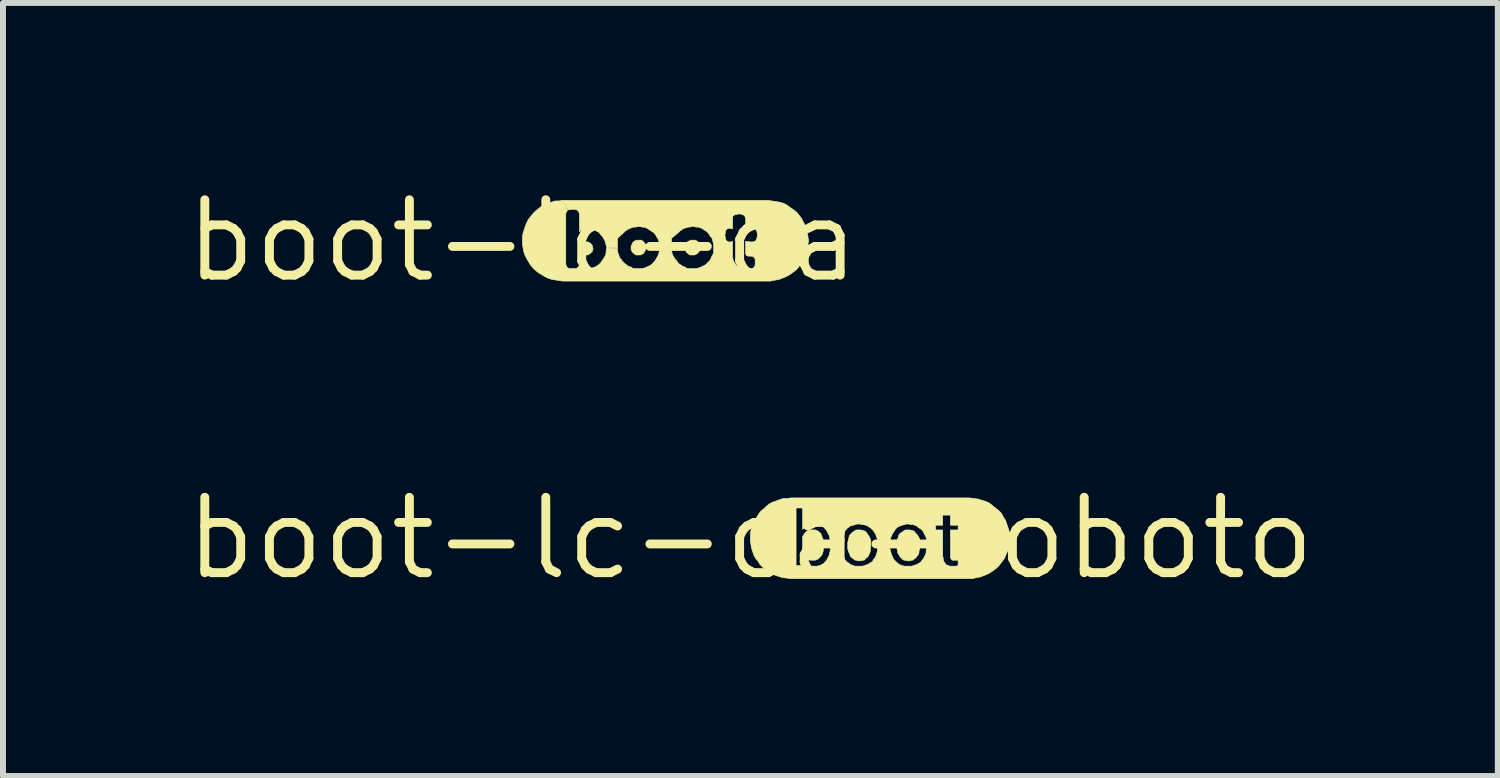
<source format=kicad_pcb>
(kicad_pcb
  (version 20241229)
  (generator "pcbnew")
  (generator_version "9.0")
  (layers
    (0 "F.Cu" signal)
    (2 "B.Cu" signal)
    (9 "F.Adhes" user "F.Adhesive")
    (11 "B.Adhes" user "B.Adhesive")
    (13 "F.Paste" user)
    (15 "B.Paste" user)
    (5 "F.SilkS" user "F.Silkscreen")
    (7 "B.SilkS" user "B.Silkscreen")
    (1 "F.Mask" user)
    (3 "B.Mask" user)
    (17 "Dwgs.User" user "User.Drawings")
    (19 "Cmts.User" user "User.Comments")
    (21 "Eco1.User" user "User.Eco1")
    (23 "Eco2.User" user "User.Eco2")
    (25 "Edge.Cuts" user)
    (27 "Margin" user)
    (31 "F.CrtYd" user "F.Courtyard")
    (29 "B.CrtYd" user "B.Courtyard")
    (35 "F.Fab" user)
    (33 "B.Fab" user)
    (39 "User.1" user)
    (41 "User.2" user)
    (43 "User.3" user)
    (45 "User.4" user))
  (footprint "boot-lc-ca"
    (layer "F.Cu")
    (at 5.753 1.006)
    (property "Reference" "boot-lc-ca" (at 0 0 0) (layer "F.SilkS") (effects (font (size 1.27 1.27) (thickness 0.15))))
    (attr board_only exclude_from_pos_files exclude_from_bom)
    (fp_poly (pts (xy 1.02 0.24) (xy 1.08 0.24) (xy 1.1 0.24) (xy 1.12 0.23) (xy 1.13 0.22) (xy 1.15 0.21) (xy 1.16 0.19) (xy 1.18 0.18) (xy 1.18 0.16) (xy 1.19 0.14) (xy 1.18 0.11) (xy 1.18 0.09) (xy 1.17 0.07) (xy 1.16 0.06) (xy 1.14 0.04) (xy 1.12 0.03) (xy 1.1 0.02) (xy 1.08 0.02) (xy 1.06 0.02) (xy 1.03 0.03) (xy 1.01 0.04) (xy 1 0.05) (xy 0.98 0.06) (xy 0.97 0.08) (xy 0.97 0.1) (xy 0.96 0.12) (xy 0.96 0.15) (xy 0.97 0.17) (xy 0.97 0.18) (xy 0.98 0.2) (xy 1.02 0.24)) (stroke (width 0.01) (type solid)) (fill yes) (layer "F.SilkS"))
    (fp_poly (pts (xy 1.91 0.24) (xy 1.97 0.24) (xy 1.99 0.24) (xy 2.01 0.23) (xy 2.03 0.22) (xy 2.05 0.2) (xy 2.06 0.18) (xy 2.07 0.16) (xy 2.08 0.14) (xy 2.08 0.11) (xy 2.08 0.08) (xy 2.07 0.06) (xy 2.06 0.04) (xy 2.04 0.02) (xy 2.02 0) (xy 2 -0.01) (xy 1.97 -0.01) (xy 1.95 -0.01) (xy 1.93 -0.01) (xy 1.9 0) (xy 1.88 0.01) (xy 1.86 0.03) (xy 1.85 0.05) (xy 1.84 0.07) (xy 1.83 0.09) (xy 1.83 0.12) (xy 1.83 0.15) (xy 1.84 0.17) (xy 1.85 0.19) (xy 1.86 0.2) (xy 1.91 0.24)) (stroke (width 0.01) (type solid)) (fill yes) (layer "F.SilkS"))
    (fp_poly (pts (xy 2.82 0.24) (xy 2.88 0.24) (xy 2.9 0.24) (xy 2.92 0.23) (xy 2.94 0.22) (xy 2.96 0.2) (xy 2.98 0.18) (xy 2.99 0.16) (xy 2.99 0.14) (xy 2.99 0.11) (xy 2.99 0.08) (xy 2.98 0.06) (xy 2.97 0.04) (xy 2.96 0.02) (xy 2.93 0) (xy 2.91 -0.01) (xy 2.89 -0.01) (xy 2.86 -0.01) (xy 2.84 -0.01) (xy 2.82 0) (xy 2.79 0.01) (xy 2.77 0.03) (xy 2.76 0.05) (xy 2.75 0.07) (xy 2.74 0.09) (xy 2.74 0.12) (xy 2.75 0.15) (xy 2.75 0.17) (xy 2.76 0.19) (xy 2.77 0.2) (xy 2.82 0.24)) (stroke (width 0.01) (type solid)) (fill yes) (layer "F.SilkS"))
    (fp_poly (pts (xy 0.68 -0.68) (xy 0.61 -0.67) (xy 0.55 -0.67) (xy 0.49 -0.65) (xy 0.43 -0.63) (xy 0.38 -0.61) (xy 0.32 -0.58) (xy 0.27 -0.54) (xy 0.22 -0.5) (xy 0.18 -0.46) (xy 0.14 -0.41) (xy 0.1 -0.36) (xy 0.07 -0.3) (xy 0.05 -0.25) (xy 0.03 -0.19) (xy 0.01 -0.13) (xy 0 -0.07) (xy 0 0) (xy 0 0.06) (xy 0.01 0.12) (xy 0.02 0.18) (xy 0.04 0.24) (xy 0.07 0.3) (xy 0.1 0.35) (xy 0.13 0.4) (xy 0.17 0.45) (xy 0.22 0.5) (xy 0.27 0.54) (xy 0.32 0.57) (xy 0.37 0.6) (xy 0.43 0.63) (xy 0.49 0.65) (xy 0.55 0.66) (xy 0.61 0.67) (xy 0.68 0.68) (xy 4.14 0.68) (xy 4.18 0.68) (xy 4.22 0.67) (xy 4.28 0.66) (xy 4.33 0.65) (xy 4.38 0.63) (xy 4.43 0.61) (xy 4.47 0.59) (xy 4.52 0.56) (xy 4.56 0.53) (xy 4.6 0.5) (xy 4.64 0.46) (xy 4.67 0.42) (xy 4.7 0.37) (xy 4.73 0.33) (xy 4.75 0.28) (xy 4.77 0.23) (xy 4.79 0.18) (xy 4.8 0.13) (xy 4.81 0.06) (xy 4.82 0) (xy 4.81 -0.07) (xy 4.8 -0.13) (xy 4.79 -0.2) (xy 4.76 -0.26) (xy 4.73 -0.32) (xy 4.7 -0.38) (xy 4.66 -0.43) (xy 4.62 -0.48) (xy 4.57 -0.52) (xy 4.51 -0.56) (xy 4.46 -0.6) (xy 4.4 -0.63) (xy 4.33 -0.65) (xy 4.27 -0.66) (xy 4.2 -0.67) (xy 4.14 -0.68) (xy 0.68 -0.68) (xy 0.77 -0.52) (xy 0.79 -0.52) (xy 0.82 -0.53) (xy 0.86 -0.53) (xy 0.89 -0.53) (xy 0.91 -0.52) (xy 0.93 -0.51) (xy 0.94 -0.5) (xy 0.95 -0.48) (xy 0.96 -0.46) (xy 0.96 -0.15) (xy 0.97 -0.16) (xy 0.98 -0.18) (xy 1 -0.19) (xy 1.02 -0.19) (xy 1.06 -0.21) (xy 1.1 -0.21) (xy 1.14 -0.21) (xy 1.18 -0.2) (xy 1.22 -0.18) (xy 1.25 -0.16) (xy 1.29 -0.14) (xy 1.32 -0.1) (xy 1.35 -0.07) (xy 1.37 -0.03) (xy 1.39 0) (xy 1.4 0.04) (xy 1.41 0.08) (xy 1.42 0.12) (xy 1.6 0.12) (xy 1.6 -0.04) (xy 1.71 -0.14) (xy 1.74 -0.17) (xy 1.76 -0.18) (xy 1.79 -0.2) (xy 1.82 -0.21) (xy 1.84 -0.22) (xy 1.87 -0.23) (xy 1.91 -0.23) (xy 1.94 -0.24) (xy 1.98 -0.24) (xy 2.01 -0.23) (xy 2.04 -0.23) (xy 2.07 -0.22) (xy 2.1 -0.21) (xy 2.13 -0.19) (xy 2.16 -0.17) (xy 2.19 -0.15) (xy 2.22 -0.13) (xy 2.24 -0.1) (xy 2.26 -0.07) (xy 2.27 -0.05) (xy 2.29 -0.02) (xy 2.3 0.02) (xy 2.31 0.05) (xy 2.31 0.09) (xy 2.31 0.13) (xy 2.51 0.12) (xy 2.51 -0.04) (xy 2.63 -0.14) (xy 2.66 -0.17) (xy 2.68 -0.18) (xy 2.7 -0.2) (xy 2.73 -0.21) (xy 2.76 -0.22) (xy 2.79 -0.23) (xy 2.82 -0.23) (xy 2.86 -0.24) (xy 2.89 -0.24) (xy 2.92 -0.23) (xy 2.96 -0.23) (xy 2.99 -0.22) (xy 3.02 -0.21) (xy 3.05 -0.19) (xy 3.08 -0.17) (xy 3.11 -0.15) (xy 3.13 -0.13) (xy 3.15 -0.1) (xy 3.17 -0.07) (xy 3.19 -0.05) (xy 3.2 -0.02) (xy 3.21 0.02) (xy 3.42 -0.03) (xy 3.42 -0.05) (xy 3.41 -0.09) (xy 3.42 -0.14) (xy 3.42 -0.16) (xy 3.43 -0.18) (xy 3.45 -0.2) (xy 3.47 -0.21) (xy 3.49 -0.21) (xy 3.54 -0.2) (xy 3.54 -0.38) (xy 3.54 -0.4) (xy 3.55 -0.42) (xy 3.56 -0.43) (xy 3.57 -0.43) (xy 3.58 -0.44) (xy 3.6 -0.44) (xy 3.63 -0.45) (xy 3.65 -0.45) (xy 3.68 -0.45) (xy 3.7 -0.44) (xy 3.71 -0.44) (xy 3.73 -0.43) (xy 3.74 -0.42) (xy 3.75 -0.41) (xy 3.75 -0.4) (xy 3.76 -0.38) (xy 3.76 -0.34) (xy 3.76 -0.2) (xy 3.83 -0.21) (xy 3.88 -0.21) (xy 3.92 -0.2) (xy 3.93 -0.19) (xy 3.94 -0.18) (xy 3.95 -0.16) (xy 3.95 -0.15) (xy 3.96 -0.1) (xy 3.95 -0.05) (xy 3.95 -0.03) (xy 3.94 -0.02) (xy 3.93 0) (xy 3.92 0.01) (xy 3.88 0.02) (xy 3.84 0.02) (xy 3.76 0.01) (xy 3.76 0.2) (xy 3.76 0.22) (xy 3.77 0.24) (xy 3.77 0.25) (xy 3.78 0.25) (xy 3.8 0.26) (xy 3.84 0.26) (xy 3.86 0.26) (xy 3.89 0.27) (xy 3.9 0.28) (xy 3.91 0.29) (xy 3.92 0.31) (xy 3.92 0.35) (xy 3.92 0.4) (xy 3.92 0.42) (xy 3.91 0.43) (xy 3.9 0.45) (xy 3.89 0.46) (xy 3.86 0.47) (xy 3.83 0.47) (xy 3.78 0.47) (xy 3.74 0.47) (xy 3.7 0.46) (xy 3.66 0.45) (xy 3.64 0.44) (xy 3.62 0.43) (xy 3.61 0.42) (xy 3.59 0.4) (xy 3.58 0.38) (xy 3.57 0.37) (xy 3.56 0.35) (xy 3.55 0.32) (xy 3.54 0.28) (xy 3.54 0.23) (xy 3.54 0.01) (xy 3.51 0.02) (xy 3.48 0.02) (xy 3.46 0.02) (xy 3.45 0.01) (xy 3.44 0) (xy 3.43 -0.01) (xy 3.42 -0.03) (xy 3.21 0.02) (xy 3.22 0.05) (xy 3.22 0.09) (xy 3.22 0.13) (xy 3.22 0.16) (xy 3.22 0.2) (xy 3.21 0.23) (xy 3.19 0.26) (xy 3.18 0.29) (xy 3.16 0.33) (xy 3.14 0.35) (xy 3.11 0.38) (xy 3.09 0.4) (xy 3.06 0.42) (xy 3.03 0.43) (xy 3 0.45) (xy 2.96 0.46) (xy 2.93 0.47) (xy 2.9 0.47) (xy 2.86 0.47) (xy 2.83 0.47) (xy 2.8 0.47) (xy 2.76 0.46) (xy 2.73 0.44) (xy 2.7 0.43) (xy 2.67 0.41) (xy 2.64 0.39) (xy 2.62 0.37) (xy 2.6 0.34) (xy 2.57 0.31) (xy 2.56 0.29) (xy 2.54 0.26) (xy 2.52 0.21) (xy 2.51 0.16) (xy 2.51 0.13) (xy 2.31 0.13) (xy 2.31 0.16) (xy 2.3 0.2) (xy 2.29 0.23) (xy 2.28 0.26) (xy 2.26 0.29) (xy 2.24 0.33) (xy 2.22 0.35) (xy 2.2 0.38) (xy 2.17 0.4) (xy 2.15 0.42) (xy 2.12 0.43) (xy 2.08 0.45) (xy 2.05 0.46) (xy 2.02 0.47) (xy 1.98 0.47) (xy 1.95 0.47) (xy 1.91 0.47) (xy 1.88 0.47) (xy 1.85 0.46) (xy 1.82 0.44) (xy 1.78 0.43) (xy 1.76 0.41) (xy 1.73 0.39) (xy 1.71 0.37) (xy 1.68 0.34) (xy 1.66 0.31) (xy 1.64 0.29) (xy 1.63 0.26) (xy 1.61 0.21) (xy 1.6 0.16) (xy 1.6 0.13) (xy 1.42 0.12) (xy 1.41 0.16) (xy 1.41 0.2) (xy 1.4 0.24) (xy 1.38 0.28) (xy 1.36 0.31) (xy 1.34 0.34) (xy 1.32 0.37) (xy 1.29 0.4) (xy 1.26 0.42) (xy 1.23 0.44) (xy 1.2 0.45) (xy 1.17 0.46) (xy 1.14 0.47) (xy 1.11 0.47) (xy 1.08 0.47) (xy 1.04 0.47) (xy 1.02 0.46) (xy 0.99 0.44) (xy 0.97 0.43) (xy 0.96 0.41) (xy 0.95 0.43) (xy 0.94 0.44) (xy 0.92 0.46) (xy 0.9 0.47) (xy 0.86 0.47) (xy 0.83 0.47) (xy 0.79 0.47) (xy 0.77 0.46) (xy 0.76 0.45) (xy 0.75 0.45) (xy 0.74 0.42) (xy 0.73 0.4) (xy 0.73 -0.46) (xy 0.74 -0.48) (xy 0.75 -0.5) (xy 0.76 -0.51) (xy 0.68 -0.68)) (stroke (width 0.01) (type solid)) (fill yes) (layer "F.SilkS")))
  (footprint "boot-lc-ca-roboto"
    (layer "F.Cu")
    (at 9.593 6.019)
    (property "Reference" "boot-lc-ca-roboto" (at 0 0 0) (layer "F.SilkS") (effects (font (size 1.27 1.27) (thickness 0.15))))
    (attr board_only exclude_from_pos_files exclude_from_bom)
    (fp_poly (pts (xy 1.23 0.11) (xy 1.23 0.07) (xy 1.23 0.04) (xy 1.22 0.01) (xy 1.21 -0.02) (xy 1.2 -0.04) (xy 1.19 -0.07) (xy 1.18 -0.09) (xy 1.16 -0.1) (xy 1.14 -0.12) (xy 1.12 -0.13) (xy 1.1 -0.14) (xy 1.08 -0.14) (xy 1.05 -0.14) (xy 1.02 -0.14) (xy 1 -0.14) (xy 0.97 -0.13) (xy 0.94 -0.11) (xy 0.92 -0.09) (xy 0.9 -0.06) (xy 0.88 -0.03) (xy 0.88 0.26) (xy 0.9 0.3) (xy 0.92 0.32) (xy 0.95 0.35) (xy 0.98 0.36) (xy 1.01 0.37) (xy 1.05 0.37) (xy 1.09 0.37) (xy 1.12 0.36) (xy 1.15 0.34) (xy 1.17 0.32) (xy 1.19 0.3) (xy 1.21 0.27) (xy 1.22 0.24) (xy 1.23 0.2) (xy 1.23 0.16) (xy 1.23 0.11)) (stroke (width 0.01) (type solid)) (fill yes) (layer "F.SilkS"))
    (fp_poly (pts (xy 1.64 0.12) (xy 1.64 0.15) (xy 1.64 0.18) (xy 1.65 0.21) (xy 1.66 0.24) (xy 1.67 0.26) (xy 1.68 0.29) (xy 1.69 0.31) (xy 1.71 0.33) (xy 1.73 0.34) (xy 1.75 0.36) (xy 1.77 0.37) (xy 1.79 0.37) (xy 1.81 0.38) (xy 1.84 0.38) (xy 1.86 0.38) (xy 1.89 0.37) (xy 1.91 0.37) (xy 1.93 0.36) (xy 1.94 0.34) (xy 1.96 0.33) (xy 1.98 0.31) (xy 1.99 0.29) (xy 2 0.27) (xy 2.01 0.25) (xy 2.02 0.22) (xy 2.02 0.19) (xy 2.03 0.13) (xy 2.03 0.07) (xy 2.03 0.04) (xy 2.02 0.01) (xy 2 -0.03) (xy 1.98 -0.06) (xy 1.96 -0.09) (xy 1.93 -0.12) (xy 1.9 -0.13) (xy 1.86 -0.14) (xy 1.82 -0.14) (xy 1.78 -0.14) (xy 1.75 -0.12) (xy 1.72 -0.1) (xy 1.7 -0.08) (xy 1.67 -0.05) (xy 1.66 -0.01) (xy 1.65 0.03) (xy 1.64 0.07) (xy 1.64 0.12)) (stroke (width 0.01) (type solid)) (fill yes) (layer "F.SilkS"))
    (fp_poly (pts (xy 2.47 0.12) (xy 2.47 0.15) (xy 2.47 0.18) (xy 2.48 0.21) (xy 2.48 0.24) (xy 2.49 0.26) (xy 2.51 0.29) (xy 2.52 0.31) (xy 2.54 0.33) (xy 2.55 0.34) (xy 2.57 0.36) (xy 2.59 0.37) (xy 2.62 0.37) (xy 2.64 0.38) (xy 2.67 0.38) (xy 2.69 0.38) (xy 2.71 0.37) (xy 2.73 0.37) (xy 2.75 0.36) (xy 2.77 0.34) (xy 2.79 0.33) (xy 2.8 0.31) (xy 2.82 0.29) (xy 2.83 0.27) (xy 2.84 0.25) (xy 2.84 0.22) (xy 2.85 0.19) (xy 2.86 0.13) (xy 2.86 0.07) (xy 2.85 0.04) (xy 2.85 0.01) (xy 2.83 -0.03) (xy 2.81 -0.06) (xy 2.78 -0.09) (xy 2.76 -0.12) (xy 2.72 -0.13) (xy 2.69 -0.14) (xy 2.65 -0.14) (xy 2.61 -0.14) (xy 2.58 -0.12) (xy 2.55 -0.1) (xy 2.52 -0.08) (xy 2.5 -0.05) (xy 2.49 -0.01) (xy 2.47 0.03) (xy 2.47 0.07) (xy 2.47 0.12)) (stroke (width 0.01) (type solid)) (fill yes) (layer "F.SilkS"))
    (fp_poly (pts (xy 0.68 -0.68) (xy 0.62 -0.67) (xy 0.55 -0.67) (xy 0.49 -0.65) (xy 0.44 -0.63) (xy 0.38 -0.61) (xy 0.32 -0.58) (xy 0.27 -0.54) (xy 0.23 -0.5) (xy 0.18 -0.46) (xy 0.14 -0.41) (xy 0.11 -0.36) (xy 0.08 -0.31) (xy 0.05 -0.25) (xy 0.03 -0.2) (xy 0.01 -0.14) (xy 0 -0.07) (xy 0 -0.01) (xy 0 0.05) (xy 0.01 0.11) (xy 0.02 0.17) (xy 0.04 0.23) (xy 0.06 0.29) (xy 0.09 0.34) (xy 0.13 0.39) (xy 0.16 0.44) (xy 0.21 0.49) (xy 0.25 0.53) (xy 0.3 0.56) (xy 0.36 0.6) (xy 0.41 0.62) (xy 0.47 0.64) (xy 0.53 0.66) (xy 0.6 0.67) (xy 0.68 0.68) (xy 3.69 0.68) (xy 3.74 0.68) (xy 3.78 0.67) (xy 3.83 0.66) (xy 3.88 0.65) (xy 3.93 0.63) (xy 3.98 0.61) (xy 4.02 0.59) (xy 4.07 0.56) (xy 4.11 0.53) (xy 4.15 0.5) (xy 4.19 0.46) (xy 4.22 0.42) (xy 4.25 0.38) (xy 4.28 0.34) (xy 4.3 0.29) (xy 4.32 0.25) (xy 4.34 0.2) (xy 4.35 0.15) (xy 4.36 0.08) (xy 4.37 0.02) (xy 4.37 -0.05) (xy 4.36 -0.12) (xy 4.34 -0.18) (xy 4.32 -0.24) (xy 4.3 -0.3) (xy 4.26 -0.36) (xy 4.23 -0.42) (xy 4.18 -0.47) (xy 4.13 -0.51) (xy 4.08 -0.55) (xy 4.03 -0.59) (xy 3.97 -0.62) (xy 3.9 -0.64) (xy 3.84 -0.66) (xy 3.77 -0.67) (xy 3.69 -0.68) (xy 0.68 -0.68) (xy 0.77 -0.51) (xy 0.88 -0.51) (xy 0.88 -0.15) (xy 0.91 -0.18) (xy 0.95 -0.2) (xy 0.98 -0.22) (xy 1.03 -0.23) (xy 1.08 -0.24) (xy 1.12 -0.23) (xy 1.17 -0.22) (xy 1.21 -0.21) (xy 1.24 -0.18) (xy 1.27 -0.15) (xy 1.29 -0.12) (xy 1.31 -0.08) (xy 1.33 -0.04) (xy 1.34 0.01) (xy 1.35 0.06) (xy 1.35 0.12) (xy 1.52 0.11) (xy 1.53 0.07) (xy 1.53 0.03) (xy 1.54 -0.01) (xy 1.55 -0.04) (xy 1.56 -0.07) (xy 1.58 -0.1) (xy 1.6 -0.13) (xy 1.62 -0.16) (xy 1.65 -0.18) (xy 1.67 -0.2) (xy 1.7 -0.21) (xy 1.73 -0.22) (xy 1.77 -0.23) (xy 1.8 -0.24) (xy 1.84 -0.24) (xy 1.88 -0.23) (xy 1.91 -0.23) (xy 1.94 -0.22) (xy 1.97 -0.21) (xy 2 -0.19) (xy 2.03 -0.17) (xy 2.05 -0.15) (xy 2.07 -0.13) (xy 2.09 -0.1) (xy 2.11 -0.07) (xy 2.12 -0.04) (xy 2.13 -0.01) (xy 2.14 0.02) (xy 2.14 0.06) (xy 2.15 0.1) (xy 2.35 0.11) (xy 2.35 0.07) (xy 2.36 0.03) (xy 2.36 -0.01) (xy 2.38 -0.04) (xy 2.39 -0.07) (xy 2.41 -0.1) (xy 2.43 -0.13) (xy 2.45 -0.16) (xy 2.47 -0.18) (xy 2.5 -0.2) (xy 2.53 -0.21) (xy 2.56 -0.22) (xy 2.59 -0.23) (xy 2.63 -0.24) (xy 2.67 -0.24) (xy 2.7 -0.23) (xy 2.74 -0.23) (xy 2.77 -0.22) (xy 2.8 -0.21) (xy 2.82 -0.19) (xy 2.85 -0.17) (xy 2.88 -0.15) (xy 2.9 -0.13) (xy 2.92 -0.1) (xy 2.93 -0.07) (xy 2.95 -0.04) (xy 3.12 -0.14) (xy 3.12 -0.22) (xy 3.24 -0.22) (xy 3.24 -0.39) (xy 3.37 -0.39) (xy 3.37 -0.22) (xy 3.5 -0.22) (xy 3.5 -0.14) (xy 3.37 -0.14) (xy 3.37 0.29) (xy 3.37 0.33) (xy 3.38 0.34) (xy 3.38 0.35) (xy 3.39 0.36) (xy 3.41 0.37) (xy 3.42 0.37) (xy 3.44 0.37) (xy 3.5 0.37) (xy 3.5 0.46) (xy 3.46 0.47) (xy 3.42 0.47) (xy 3.39 0.47) (xy 3.36 0.47) (xy 3.34 0.46) (xy 3.31 0.45) (xy 3.29 0.44) (xy 3.28 0.42) (xy 3.26 0.39) (xy 3.25 0.37) (xy 3.25 0.34) (xy 3.24 0.3) (xy 3.24 -0.14) (xy 3.12 -0.14) (xy 2.95 -0.04) (xy 2.96 -0.01) (xy 2.97 0.02) (xy 2.97 0.06) (xy 2.97 0.1) (xy 2.97 0.14) (xy 2.97 0.18) (xy 2.96 0.22) (xy 2.96 0.25) (xy 2.95 0.28) (xy 2.93 0.31) (xy 2.92 0.34) (xy 2.9 0.36) (xy 2.88 0.39) (xy 2.86 0.41) (xy 2.84 0.42) (xy 2.81 0.44) (xy 2.78 0.45) (xy 2.75 0.46) (xy 2.72 0.47) (xy 2.68 0.47) (xy 2.65 0.47) (xy 2.62 0.47) (xy 2.59 0.47) (xy 2.56 0.46) (xy 2.53 0.45) (xy 2.51 0.44) (xy 2.48 0.42) (xy 2.46 0.4) (xy 2.44 0.38) (xy 2.42 0.36) (xy 2.4 0.33) (xy 2.39 0.3) (xy 2.38 0.28) (xy 2.37 0.25) (xy 2.36 0.21) (xy 2.35 0.18) (xy 2.35 0.15) (xy 2.35 0.11) (xy 2.15 0.1) (xy 2.15 0.14) (xy 2.14 0.18) (xy 2.14 0.22) (xy 2.13 0.25) (xy 2.12 0.28) (xy 2.11 0.31) (xy 2.09 0.34) (xy 2.07 0.36) (xy 2.06 0.39) (xy 2.03 0.41) (xy 2.01 0.42) (xy 1.98 0.44) (xy 1.95 0.45) (xy 1.92 0.46) (xy 1.89 0.47) (xy 1.86 0.47) (xy 1.83 0.47) (xy 1.79 0.47) (xy 1.76 0.47) (xy 1.73 0.46) (xy 1.71 0.45) (xy 1.68 0.44) (xy 1.66 0.42) (xy 1.63 0.4) (xy 1.61 0.38) (xy 1.59 0.36) (xy 1.58 0.33) (xy 1.56 0.3) (xy 1.55 0.28) (xy 1.54 0.25) (xy 1.53 0.21) (xy 1.53 0.18) (xy 1.52 0.15) (xy 1.52 0.11) (xy 1.35 0.12) (xy 1.35 0.18) (xy 1.34 0.23) (xy 1.33 0.28) (xy 1.31 0.32) (xy 1.29 0.36) (xy 1.27 0.39) (xy 1.24 0.42) (xy 1.21 0.44) (xy 1.19 0.45) (xy 1.17 0.46) (xy 1.12 0.47) (xy 1.07 0.47) (xy 1.02 0.47) (xy 0.98 0.46) (xy 0.94 0.44) (xy 0.91 0.41) (xy 0.88 0.38) (xy 0.87 0.46) (xy 0.77 0.46) (xy 0.77 -0.51) (xy 0.68 -0.68)) (stroke (width 0.01) (type solid)) (fill yes) (layer "F.SilkS")))
  (gr_rect
    (start -3 -3)
    (end 22.186 10.025)
    (stroke (width 0.1) (type default))
    (fill no)
    (layer "Edge.Cuts")))
</source>
